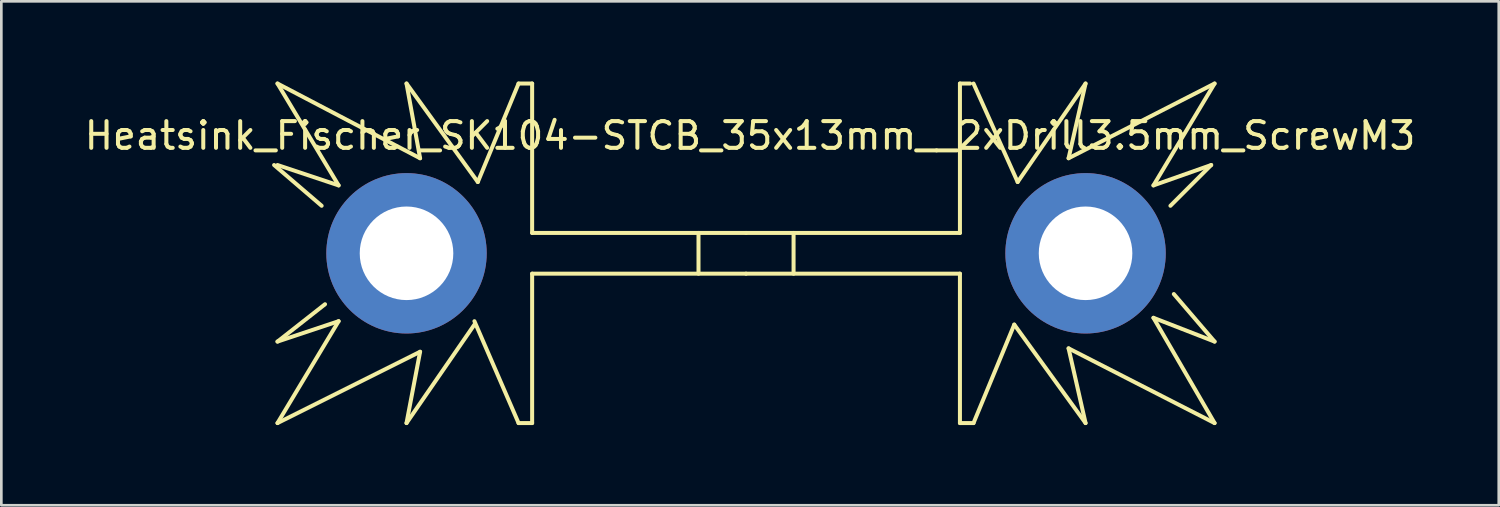
<source format=kicad_pcb>
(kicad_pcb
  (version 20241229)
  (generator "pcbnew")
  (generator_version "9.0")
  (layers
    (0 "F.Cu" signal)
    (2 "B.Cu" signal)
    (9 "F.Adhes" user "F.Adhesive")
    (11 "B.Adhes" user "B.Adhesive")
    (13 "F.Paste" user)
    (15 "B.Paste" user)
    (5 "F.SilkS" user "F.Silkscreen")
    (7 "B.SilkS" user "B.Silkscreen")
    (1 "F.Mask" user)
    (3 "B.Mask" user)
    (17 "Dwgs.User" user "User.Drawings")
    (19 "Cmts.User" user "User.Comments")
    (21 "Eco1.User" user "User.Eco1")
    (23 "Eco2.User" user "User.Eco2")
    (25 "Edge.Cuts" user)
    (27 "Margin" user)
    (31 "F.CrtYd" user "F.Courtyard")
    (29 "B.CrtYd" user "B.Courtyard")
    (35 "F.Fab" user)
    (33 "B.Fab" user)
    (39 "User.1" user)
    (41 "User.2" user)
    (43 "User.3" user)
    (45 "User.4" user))
  (footprint "Heatsink_Fischer_SK104-STCB_35x13mm__2xDrill3.5mm_ScrewM3"
    (layer "F.Cu")
    (at 24.856 6.425)
    (property "Reference" "Heatsink_Fischer_SK104-STCB_35x13mm__2xDrill3.5mm_ScrewM3" (at 0.15 -4.4 0) (layer "F.SilkS") (effects (font (size 1 1) (thickness 0.15))))
    (attr through_hole)
    (fp_line (start -17.653 -3.302) (end -15.875 -1.778) (stroke (width 0.15) (type solid)) (layer "F.SilkS"))
    (fp_line (start -17.526 -3.302) (end -15.24 -2.54) (stroke (width 0.15) (type solid)) (layer "F.SilkS"))
    (fp_line (start -17.526 3.302) (end -15.748 1.905) (stroke (width 0.15) (type solid)) (layer "F.SilkS"))
    (fp_line (start -17.526 3.302) (end -15.24 2.54) (stroke (width 0.15) (type solid)) (layer "F.SilkS"))
    (fp_line (start -15.24 -2.54) (end -17.526 -6.35) (stroke (width 0.15) (type solid)) (layer "F.SilkS"))
    (fp_line (start -15.24 2.54) (end -17.526 6.35) (stroke (width 0.15) (type solid)) (layer "F.SilkS"))
    (fp_line (start -12.7 -6.35) (end -12.192 -3.556) (stroke (width 0.15) (type solid)) (layer "F.SilkS"))
    (fp_line (start -12.7 6.35) (end -12.192 3.683) (stroke (width 0.15) (type solid)) (layer "F.SilkS"))
    (fp_line (start -12.192 -3.556) (end -17.526 -6.35) (stroke (width 0.15) (type solid)) (layer "F.SilkS"))
    (fp_line (start -12.192 3.683) (end -17.526 6.35) (stroke (width 0.15) (type solid)) (layer "F.SilkS"))
    (fp_line (start -10.16 2.667) (end -12.7 6.35) (stroke (width 0.15) (type solid)) (layer "F.SilkS"))
    (fp_line (start -10.033 -2.667) (end -12.7 -6.35) (stroke (width 0.15) (type solid)) (layer "F.SilkS"))
    (fp_line (start -8.509 -6.35) (end -10.033 -2.667) (stroke (width 0.15) (type solid)) (layer "F.SilkS"))
    (fp_line (start -8.509 6.35) (end -10.16 2.54) (stroke (width 0.15) (type solid)) (layer "F.SilkS"))
    (fp_line (start -8.509 6.35) (end -8.001 6.35) (stroke (width 0.15) (type solid)) (layer "F.SilkS"))
    (fp_line (start -8.001 -6.35) (end -8.509 -6.35) (stroke (width 0.15) (type solid)) (layer "F.SilkS"))
    (fp_line (start -8.001 -0.762) (end -8.001 -6.35) (stroke (width 0.15) (type solid)) (layer "F.SilkS"))
    (fp_line (start -8.001 0.762) (end -8.001 6.35) (stroke (width 0.15) (type solid)) (layer "F.SilkS"))
    (fp_line (start -1.778 -0.762) (end -1.778 0.762) (stroke (width 0.15) (type solid)) (layer "F.SilkS"))
    (fp_line (start 0 -0.762) (end -8.001 -0.762) (stroke (width 0.15) (type solid)) (layer "F.SilkS"))
    (fp_line (start 0 -0.762) (end 8.001 -0.762) (stroke (width 0.15) (type solid)) (layer "F.SilkS"))
    (fp_line (start 0 0.762) (end -8.001 0.762) (stroke (width 0.15) (type solid)) (layer "F.SilkS"))
    (fp_line (start 0 0.762) (end 8.001 0.762) (stroke (width 0.15) (type solid)) (layer "F.SilkS"))
    (fp_line (start 1.778 -0.762) (end 1.778 0.762) (stroke (width 0.15) (type solid)) (layer "F.SilkS"))
    (fp_line (start 8.001 -6.35) (end 8.382 -6.35) (stroke (width 0.15) (type solid)) (layer "F.SilkS"))
    (fp_line (start 8.001 -0.762) (end 8.001 -6.35) (stroke (width 0.15) (type solid)) (layer "F.SilkS"))
    (fp_line (start 8.001 0.762) (end 8.001 6.35) (stroke (width 0.15) (type solid)) (layer "F.SilkS"))
    (fp_line (start 8.001 6.35) (end 8.509 6.35) (stroke (width 0.15) (type solid)) (layer "F.SilkS"))
    (fp_line (start 8.509 -6.35) (end 10.16 -2.667) (stroke (width 0.15) (type solid)) (layer "F.SilkS"))
    (fp_line (start 8.509 6.35) (end 10.033 2.667) (stroke (width 0.15) (type solid)) (layer "F.SilkS"))
    (fp_line (start 10.033 2.667) (end 12.7 6.35) (stroke (width 0.15) (type solid)) (layer "F.SilkS"))
    (fp_line (start 10.16 -2.667) (end 12.7 -6.35) (stroke (width 0.15) (type solid)) (layer "F.SilkS"))
    (fp_line (start 12.065 -3.556) (end 12.7 -6.35) (stroke (width 0.15) (type solid)) (layer "F.SilkS"))
    (fp_line (start 12.065 3.556) (end 17.526 6.35) (stroke (width 0.15) (type solid)) (layer "F.SilkS"))
    (fp_line (start 12.7 6.35) (end 12.065 3.556) (stroke (width 0.15) (type solid)) (layer "F.SilkS"))
    (fp_line (start 15.24 -2.54) (end 17.399 -3.302) (stroke (width 0.15) (type solid)) (layer "F.SilkS"))
    (fp_line (start 15.24 2.413) (end 17.526 3.302) (stroke (width 0.15) (type solid)) (layer "F.SilkS"))
    (fp_line (start 17.399 -3.302) (end 15.875 -1.778) (stroke (width 0.15) (type solid)) (layer "F.SilkS"))
    (fp_line (start 17.526 -6.35) (end 12.065 -3.556) (stroke (width 0.15) (type solid)) (layer "F.SilkS"))
    (fp_line (start 17.526 -6.35) (end 15.24 -2.54) (stroke (width 0.15) (type solid)) (layer "F.SilkS"))
    (fp_line (start 17.526 3.302) (end 16.002 1.524) (stroke (width 0.15) (type solid)) (layer "F.SilkS"))
    (fp_line (start 17.526 6.35) (end 15.24 2.413) (stroke (width 0.15) (type solid)) (layer "F.SilkS"))
    (pad "1" thru_hole circle (at -12.7 0) (size 5.999 5.999) (drill 3.5) (layers "*.Cu" "*.Mask"))
    (pad "1" thru_hole circle (at 12.7 0) (size 5.999 5.999) (drill 3.5) (layers "*.Cu" "*.Mask")))
  (gr_rect
    (start -3 -3)
    (end 53.012 15.85)
    (stroke (width 0.1) (type default))
    (fill no)
    (layer "Edge.Cuts")))
</source>
